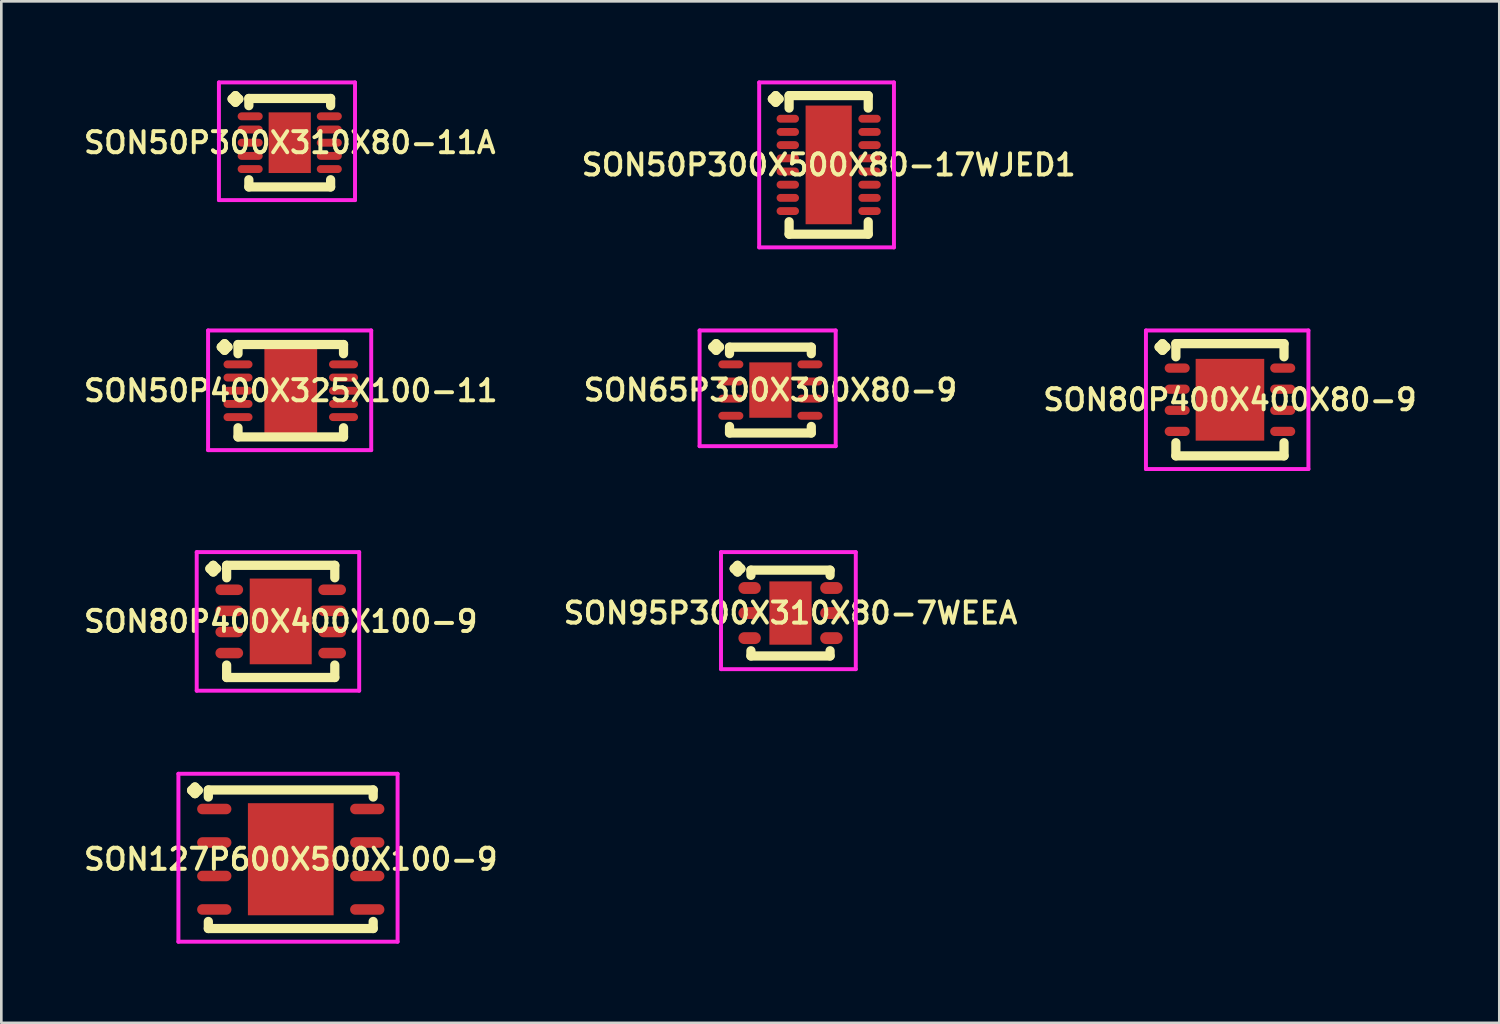
<source format=kicad_pcb>
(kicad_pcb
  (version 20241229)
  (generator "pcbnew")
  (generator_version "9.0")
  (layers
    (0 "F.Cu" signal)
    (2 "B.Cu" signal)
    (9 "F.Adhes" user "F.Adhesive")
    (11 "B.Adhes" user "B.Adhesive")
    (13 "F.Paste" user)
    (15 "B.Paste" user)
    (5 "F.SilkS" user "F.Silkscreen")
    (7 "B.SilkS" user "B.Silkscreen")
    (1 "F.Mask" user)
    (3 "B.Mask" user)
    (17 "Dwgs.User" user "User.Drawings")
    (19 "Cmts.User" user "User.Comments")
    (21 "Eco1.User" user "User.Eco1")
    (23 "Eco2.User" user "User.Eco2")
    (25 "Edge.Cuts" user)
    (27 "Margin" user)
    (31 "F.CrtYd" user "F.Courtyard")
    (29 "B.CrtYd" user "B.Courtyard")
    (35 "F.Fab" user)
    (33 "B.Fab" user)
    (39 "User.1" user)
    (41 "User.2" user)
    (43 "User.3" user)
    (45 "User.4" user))
  (footprint "SON127P600X500X100-9"
    (layer "F.Cu")
    (at 7.974 29.527)
    (property "Reference" "SON127P600X500X100-9" (at 0 0 0) (layer "F.SilkS") (effects (font (size 0.8 0.8) (thickness 0.15))))
    (attr smd)
    (fp_line (start -3.76 -2.613) (end -3.633 -2.74) (stroke (width 0.35) (type solid)) (layer "F.SilkS"))
    (fp_line (start -3.633 -2.74) (end -3.506 -2.613) (stroke (width 0.35) (type solid)) (layer "F.SilkS"))
    (fp_line (start -3.633 -2.486) (end -3.76 -2.613) (stroke (width 0.35) (type solid)) (layer "F.SilkS"))
    (fp_line (start -3.506 -2.613) (end -3.633 -2.486) (stroke (width 0.35) (type solid)) (layer "F.SilkS"))
    (fp_line (start -3.125 -2.627) (end 3.125 -2.627) (stroke (width 0.35) (type solid)) (layer "F.SilkS"))
    (fp_line (start -3.125 -2.359) (end -3.125 -2.627) (stroke (width 0.35) (type solid)) (layer "F.SilkS"))
    (fp_line (start -3.125 2.359) (end -3.125 2.627) (stroke (width 0.35) (type solid)) (layer "F.SilkS"))
    (fp_line (start -3.125 2.627) (end 3.125 2.627) (stroke (width 0.35) (type solid)) (layer "F.SilkS"))
    (fp_line (start 3.125 -2.627) (end 3.125 -2.359) (stroke (width 0.35) (type solid)) (layer "F.SilkS"))
    (fp_line (start 3.125 2.627) (end 3.125 2.359) (stroke (width 0.35) (type solid)) (layer "F.SilkS"))
    (fp_line (start -4.26 -3.24) (end 4.05 -3.24) (stroke (width 0.15) (type solid)) (layer "F.CrtYd"))
    (fp_line (start -4.26 3.127) (end -4.26 -3.24) (stroke (width 0.15) (type solid)) (layer "F.CrtYd"))
    (fp_line (start 4.05 -3.24) (end 4.05 3.127) (stroke (width 0.15) (type solid)) (layer "F.CrtYd"))
    (fp_line (start 4.05 3.127) (end -4.26 3.127) (stroke (width 0.15) (type solid)) (layer "F.CrtYd"))
    (pad "1" smd oval (at -2.9 -1.905) (size 1.3 0.4) (layers "F.Cu" "F.Mask" "F.Paste"))
    (pad "2" smd oval (at -2.9 -0.635) (size 1.3 0.4) (layers "F.Cu" "F.Mask" "F.Paste"))
    (pad "3" smd oval (at -2.9 0.635) (size 1.3 0.4) (layers "F.Cu" "F.Mask" "F.Paste"))
    (pad "4" smd oval (at -2.9 1.905) (size 1.3 0.4) (layers "F.Cu" "F.Mask" "F.Paste"))
    (pad "5" smd oval (at 2.9 1.905) (size 1.3 0.4) (layers "F.Cu" "F.Mask" "F.Paste"))
    (pad "6" smd oval (at 2.9 0.635) (size 1.3 0.4) (layers "F.Cu" "F.Mask" "F.Paste"))
    (pad "7" smd oval (at 2.9 -0.635) (size 1.3 0.4) (layers "F.Cu" "F.Mask" "F.Paste"))
    (pad "8" smd oval (at 2.9 -1.905) (size 1.3 0.4) (layers "F.Cu" "F.Mask" "F.Paste"))
    (pad "9" smd rect (at 0 0) (size 3.25 4.25) (layers "F.Cu" "F.Mask" "F.Paste")))
  (footprint "SON95P300X310X80-7WEEA"
    (layer "F.Cu")
    (at 26.921 20.193)
    (property "Reference" "SON95P300X310X80-7WEEA" (at 0 0 0) (layer "F.SilkS") (effects (font (size 0.8 0.8) (thickness 0.15))))
    (attr smd)
    (fp_line (start -2.135 -1.683) (end -2.008 -1.81) (stroke (width 0.35) (type solid)) (layer "F.SilkS"))
    (fp_line (start -2.008 -1.81) (end -1.881 -1.683) (stroke (width 0.35) (type solid)) (layer "F.SilkS"))
    (fp_line (start -2.008 -1.556) (end -2.135 -1.683) (stroke (width 0.35) (type solid)) (layer "F.SilkS"))
    (fp_line (start -1.881 -1.683) (end -2.008 -1.556) (stroke (width 0.35) (type solid)) (layer "F.SilkS"))
    (fp_line (start -1.5 -1.627) (end 1.5 -1.627) (stroke (width 0.35) (type solid)) (layer "F.SilkS"))
    (fp_line (start -1.5 -1.429) (end -1.5 -1.627) (stroke (width 0.35) (type solid)) (layer "F.SilkS"))
    (fp_line (start -1.5 1.429) (end -1.5 1.627) (stroke (width 0.35) (type solid)) (layer "F.SilkS"))
    (fp_line (start -1.5 1.627) (end 1.5 1.627) (stroke (width 0.35) (type solid)) (layer "F.SilkS"))
    (fp_line (start 1.5 -1.627) (end 1.5 -1.429) (stroke (width 0.35) (type solid)) (layer "F.SilkS"))
    (fp_line (start 1.5 1.627) (end 1.5 1.429) (stroke (width 0.35) (type solid)) (layer "F.SilkS"))
    (fp_line (start -2.635 -2.31) (end 2.475 -2.31) (stroke (width 0.15) (type solid)) (layer "F.CrtYd"))
    (fp_line (start -2.635 2.127) (end -2.635 -2.31) (stroke (width 0.15) (type solid)) (layer "F.CrtYd"))
    (fp_line (start 2.475 -2.31) (end 2.475 2.127) (stroke (width 0.15) (type solid)) (layer "F.CrtYd"))
    (fp_line (start 2.475 2.127) (end -2.635 2.127) (stroke (width 0.15) (type solid)) (layer "F.CrtYd"))
    (pad "1" smd oval (at -1.55 -0.95) (size 0.85 0.45) (layers "F.Cu" "F.Mask" "F.Paste"))
    (pad "2" smd oval (at -1.55 0) (size 0.85 0.45) (layers "F.Cu" "F.Mask" "F.Paste"))
    (pad "3" smd oval (at -1.55 0.95) (size 0.85 0.45) (layers "F.Cu" "F.Mask" "F.Paste"))
    (pad "4" smd oval (at 1.55 0.95) (size 0.85 0.45) (layers "F.Cu" "F.Mask" "F.Paste"))
    (pad "5" smd oval (at 1.55 0) (size 0.85 0.45) (layers "F.Cu" "F.Mask" "F.Paste"))
    (pad "6" smd oval (at 1.55 -0.95) (size 0.85 0.45) (layers "F.Cu" "F.Mask" "F.Paste"))
    (pad "7" smd rect (at 0 0) (size 1.6 2.4) (layers "F.Cu" "F.Mask" "F.Paste")))
  (footprint "SON80P400X400X80-9"
    (layer "F.Cu")
    (at 43.582 12.106)
    (property "Reference" "SON80P400X400X80-9" (at 0 0 0) (layer "F.SilkS") (effects (font (size 0.8 0.8) (thickness 0.15))))
    (attr smd)
    (fp_line (start -2.685 -2) (end -2.558 -2.127) (stroke (width 0.35) (type solid)) (layer "F.SilkS"))
    (fp_line (start -2.558 -2.127) (end -2.431 -2) (stroke (width 0.35) (type solid)) (layer "F.SilkS"))
    (fp_line (start -2.558 -1.873) (end -2.685 -2) (stroke (width 0.35) (type solid)) (layer "F.SilkS"))
    (fp_line (start -2.431 -2) (end -2.558 -1.873) (stroke (width 0.35) (type solid)) (layer "F.SilkS"))
    (fp_line (start -2.05 -2.127) (end 2.05 -2.127) (stroke (width 0.35) (type solid)) (layer "F.SilkS"))
    (fp_line (start -2.05 -1.629) (end -2.05 -2.127) (stroke (width 0.35) (type solid)) (layer "F.SilkS"))
    (fp_line (start -2.05 1.629) (end -2.05 2.127) (stroke (width 0.35) (type solid)) (layer "F.SilkS"))
    (fp_line (start -2.05 2.127) (end 2.05 2.127) (stroke (width 0.35) (type solid)) (layer "F.SilkS"))
    (fp_line (start 2.05 -2.127) (end 2.05 -1.629) (stroke (width 0.35) (type solid)) (layer "F.SilkS"))
    (fp_line (start 2.05 2.127) (end 2.05 1.629) (stroke (width 0.35) (type solid)) (layer "F.SilkS"))
    (fp_line (start -3.185 -2.627) (end 2.975 -2.627) (stroke (width 0.15) (type solid)) (layer "F.CrtYd"))
    (fp_line (start -3.185 2.627) (end -3.185 -2.627) (stroke (width 0.15) (type solid)) (layer "F.CrtYd"))
    (fp_line (start 2.975 -2.627) (end 2.975 2.627) (stroke (width 0.15) (type solid)) (layer "F.CrtYd"))
    (fp_line (start 2.975 2.627) (end -3.185 2.627) (stroke (width 0.15) (type solid)) (layer "F.CrtYd"))
    (pad "1" smd oval (at -2 -1.2) (size 0.95 0.35) (layers "F.Cu" "F.Mask" "F.Paste"))
    (pad "2" smd oval (at -2 -0.4) (size 0.95 0.35) (layers "F.Cu" "F.Mask" "F.Paste"))
    (pad "3" smd oval (at -2 0.4) (size 0.95 0.35) (layers "F.Cu" "F.Mask" "F.Paste"))
    (pad "4" smd oval (at -2 1.2) (size 0.95 0.35) (layers "F.Cu" "F.Mask" "F.Paste"))
    (pad "5" smd oval (at 2 1.2) (size 0.95 0.35) (layers "F.Cu" "F.Mask" "F.Paste"))
    (pad "6" smd oval (at 2 0.4) (size 0.95 0.35) (layers "F.Cu" "F.Mask" "F.Paste"))
    (pad "7" smd oval (at 2 -0.4) (size 0.95 0.35) (layers "F.Cu" "F.Mask" "F.Paste"))
    (pad "8" smd oval (at 2 -1.2) (size 0.95 0.35) (layers "F.Cu" "F.Mask" "F.Paste"))
    (pad "9" smd rect (at 0 0) (size 2.6 3.1) (layers "F.Cu" "F.Mask" "F.Paste")))
  (footprint "SON50P300X310X80-11A"
    (layer "F.Cu")
    (at 7.935 2.36)
    (property "Reference" "SON50P300X310X80-11A" (at 0 0 0) (layer "F.SilkS") (effects (font (size 0.8 0.8) (thickness 0.15))))
    (attr smd)
    (fp_line (start -2.185 -1.658) (end -2.058 -1.785) (stroke (width 0.35) (type solid)) (layer "F.SilkS"))
    (fp_line (start -2.058 -1.785) (end -1.931 -1.658) (stroke (width 0.35) (type solid)) (layer "F.SilkS"))
    (fp_line (start -2.058 -1.531) (end -2.185 -1.658) (stroke (width 0.35) (type solid)) (layer "F.SilkS"))
    (fp_line (start -1.931 -1.658) (end -2.058 -1.531) (stroke (width 0.35) (type solid)) (layer "F.SilkS"))
    (fp_line (start -1.55 -1.677) (end 1.55 -1.677) (stroke (width 0.35) (type solid)) (layer "F.SilkS"))
    (fp_line (start -1.55 -1.404) (end -1.55 -1.677) (stroke (width 0.35) (type solid)) (layer "F.SilkS"))
    (fp_line (start -1.55 1.404) (end -1.55 1.677) (stroke (width 0.35) (type solid)) (layer "F.SilkS"))
    (fp_line (start -1.55 1.677) (end 1.55 1.677) (stroke (width 0.35) (type solid)) (layer "F.SilkS"))
    (fp_line (start 1.55 -1.677) (end 1.55 -1.404) (stroke (width 0.35) (type solid)) (layer "F.SilkS"))
    (fp_line (start 1.55 1.677) (end 1.55 1.404) (stroke (width 0.35) (type solid)) (layer "F.SilkS"))
    (fp_line (start -2.685 -2.285) (end 2.475 -2.285) (stroke (width 0.15) (type solid)) (layer "F.CrtYd"))
    (fp_line (start -2.685 2.177) (end -2.685 -2.285) (stroke (width 0.15) (type solid)) (layer "F.CrtYd"))
    (fp_line (start 2.475 -2.285) (end 2.475 2.177) (stroke (width 0.15) (type solid)) (layer "F.CrtYd"))
    (fp_line (start 2.475 2.177) (end -2.685 2.177) (stroke (width 0.15) (type solid)) (layer "F.CrtYd"))
    (pad "1" smd oval (at -1.5 -1) (size 0.95 0.3) (layers "F.Cu" "F.Mask" "F.Paste"))
    (pad "2" smd oval (at -1.5 -0.5) (size 0.95 0.3) (layers "F.Cu" "F.Mask" "F.Paste"))
    (pad "3" smd oval (at -1.5 0) (size 0.95 0.3) (layers "F.Cu" "F.Mask" "F.Paste"))
    (pad "4" smd oval (at -1.5 0.5) (size 0.95 0.3) (layers "F.Cu" "F.Mask" "F.Paste"))
    (pad "5" smd oval (at -1.5 1) (size 0.95 0.3) (layers "F.Cu" "F.Mask" "F.Paste"))
    (pad "6" smd oval (at 1.5 1) (size 0.95 0.3) (layers "F.Cu" "F.Mask" "F.Paste"))
    (pad "7" smd oval (at 1.5 0.5) (size 0.95 0.3) (layers "F.Cu" "F.Mask" "F.Paste"))
    (pad "8" smd oval (at 1.5 0) (size 0.95 0.3) (layers "F.Cu" "F.Mask" "F.Paste"))
    (pad "9" smd oval (at 1.5 -0.5) (size 0.95 0.3) (layers "F.Cu" "F.Mask" "F.Paste"))
    (pad "10" smd oval (at 1.5 -1) (size 0.95 0.3) (layers "F.Cu" "F.Mask" "F.Paste"))
    (pad "11" smd rect (at 0 0) (size 1.6 2.3) (layers "F.Cu" "F.Mask" "F.Paste")))
  (footprint "SON65P300X300X80-9"
    (layer "F.Cu")
    (at 26.159 11.739)
    (property "Reference" "SON65P300X300X80-9" (at 0 0 0) (layer "F.SilkS") (effects (font (size 0.8 0.8) (thickness 0.15))))
    (attr smd)
    (fp_line (start -2.185 -1.633) (end -2.058 -1.76) (stroke (width 0.35) (type solid)) (layer "F.SilkS"))
    (fp_line (start -2.058 -1.76) (end -1.931 -1.633) (stroke (width 0.35) (type solid)) (layer "F.SilkS"))
    (fp_line (start -2.058 -1.506) (end -2.185 -1.633) (stroke (width 0.35) (type solid)) (layer "F.SilkS"))
    (fp_line (start -1.931 -1.633) (end -2.058 -1.506) (stroke (width 0.35) (type solid)) (layer "F.SilkS"))
    (fp_line (start -1.55 -1.627) (end 1.55 -1.627) (stroke (width 0.35) (type solid)) (layer "F.SilkS"))
    (fp_line (start -1.55 -1.379) (end -1.55 -1.627) (stroke (width 0.35) (type solid)) (layer "F.SilkS"))
    (fp_line (start -1.55 1.379) (end -1.55 1.627) (stroke (width 0.35) (type solid)) (layer "F.SilkS"))
    (fp_line (start -1.55 1.627) (end 1.55 1.627) (stroke (width 0.35) (type solid)) (layer "F.SilkS"))
    (fp_line (start 1.55 -1.627) (end 1.55 -1.379) (stroke (width 0.35) (type solid)) (layer "F.SilkS"))
    (fp_line (start 1.55 1.627) (end 1.55 1.379) (stroke (width 0.35) (type solid)) (layer "F.SilkS"))
    (fp_line (start -2.685 -2.26) (end 2.475 -2.26) (stroke (width 0.15) (type solid)) (layer "F.CrtYd"))
    (fp_line (start -2.685 2.127) (end -2.685 -2.26) (stroke (width 0.15) (type solid)) (layer "F.CrtYd"))
    (fp_line (start 2.475 -2.26) (end 2.475 2.127) (stroke (width 0.15) (type solid)) (layer "F.CrtYd"))
    (fp_line (start 2.475 2.127) (end -2.685 2.127) (stroke (width 0.15) (type solid)) (layer "F.CrtYd"))
    (pad "1" smd oval (at -1.5 -0.975) (size 0.95 0.3) (layers "F.Cu" "F.Mask" "F.Paste"))
    (pad "2" smd oval (at -1.5 -0.325) (size 0.95 0.3) (layers "F.Cu" "F.Mask" "F.Paste"))
    (pad "3" smd oval (at -1.5 0.325) (size 0.95 0.3) (layers "F.Cu" "F.Mask" "F.Paste"))
    (pad "4" smd oval (at -1.5 0.975) (size 0.95 0.3) (layers "F.Cu" "F.Mask" "F.Paste"))
    (pad "5" smd oval (at 1.5 0.975) (size 0.95 0.3) (layers "F.Cu" "F.Mask" "F.Paste"))
    (pad "6" smd oval (at 1.5 0.325) (size 0.95 0.3) (layers "F.Cu" "F.Mask" "F.Paste"))
    (pad "7" smd oval (at 1.5 -0.325) (size 0.95 0.3) (layers "F.Cu" "F.Mask" "F.Paste"))
    (pad "8" smd oval (at 1.5 -0.975) (size 0.95 0.3) (layers "F.Cu" "F.Mask" "F.Paste"))
    (pad "9" smd rect (at 0 0) (size 1.6 2.1) (layers "F.Cu" "F.Mask" "F.Paste")))
  (footprint "SON50P400X325X100-11"
    (layer "F.Cu")
    (at 7.974 11.764)
    (property "Reference" "SON50P400X325X100-11" (at 0 0 0) (layer "F.SilkS") (effects (font (size 0.8 0.8) (thickness 0.15))))
    (attr smd)
    (fp_line (start -2.635 -1.658) (end -2.508 -1.785) (stroke (width 0.35) (type solid)) (layer "F.SilkS"))
    (fp_line (start -2.508 -1.785) (end -2.381 -1.658) (stroke (width 0.35) (type solid)) (layer "F.SilkS"))
    (fp_line (start -2.508 -1.531) (end -2.635 -1.658) (stroke (width 0.35) (type solid)) (layer "F.SilkS"))
    (fp_line (start -2.381 -1.658) (end -2.508 -1.531) (stroke (width 0.35) (type solid)) (layer "F.SilkS"))
    (fp_line (start -2 -1.752) (end 2 -1.752) (stroke (width 0.35) (type solid)) (layer "F.SilkS"))
    (fp_line (start -2 -1.404) (end -2 -1.752) (stroke (width 0.35) (type solid)) (layer "F.SilkS"))
    (fp_line (start -2 1.404) (end -2 1.752) (stroke (width 0.35) (type solid)) (layer "F.SilkS"))
    (fp_line (start -2 1.752) (end 2 1.752) (stroke (width 0.35) (type solid)) (layer "F.SilkS"))
    (fp_line (start 2 -1.752) (end 2 -1.404) (stroke (width 0.35) (type solid)) (layer "F.SilkS"))
    (fp_line (start 2 1.752) (end 2 1.404) (stroke (width 0.35) (type solid)) (layer "F.SilkS"))
    (fp_line (start -3.135 -2.285) (end 3.05 -2.285) (stroke (width 0.15) (type solid)) (layer "F.CrtYd"))
    (fp_line (start -3.135 2.252) (end -3.135 -2.285) (stroke (width 0.15) (type solid)) (layer "F.CrtYd"))
    (fp_line (start 3.05 -2.285) (end 3.05 2.252) (stroke (width 0.15) (type solid)) (layer "F.CrtYd"))
    (fp_line (start 3.05 2.252) (end -3.135 2.252) (stroke (width 0.15) (type solid)) (layer "F.CrtYd"))
    (pad "1" smd oval (at -2 -1) (size 1.1 0.3) (layers "F.Cu" "F.Mask" "F.Paste"))
    (pad "2" smd oval (at -2 -0.5) (size 1.1 0.3) (layers "F.Cu" "F.Mask" "F.Paste"))
    (pad "3" smd oval (at -2 0) (size 1.1 0.3) (layers "F.Cu" "F.Mask" "F.Paste"))
    (pad "4" smd oval (at -2 0.5) (size 1.1 0.3) (layers "F.Cu" "F.Mask" "F.Paste"))
    (pad "5" smd oval (at -2 1) (size 1.1 0.3) (layers "F.Cu" "F.Mask" "F.Paste"))
    (pad "6" smd oval (at 2 1) (size 1.1 0.3) (layers "F.Cu" "F.Mask" "F.Paste"))
    (pad "7" smd oval (at 2 0.5) (size 1.1 0.3) (layers "F.Cu" "F.Mask" "F.Paste"))
    (pad "8" smd oval (at 2 0) (size 1.1 0.3) (layers "F.Cu" "F.Mask" "F.Paste"))
    (pad "9" smd oval (at 2 -0.5) (size 1.1 0.3) (layers "F.Cu" "F.Mask" "F.Paste"))
    (pad "10" smd oval (at 2 -1) (size 1.1 0.3) (layers "F.Cu" "F.Mask" "F.Paste"))
    (pad "11" smd rect (at 0 0) (size 2 3.25) (layers "F.Cu" "F.Mask" "F.Paste")))
  (footprint "SON80P400X400X100-9"
    (layer "F.Cu")
    (at 7.593 20.51)
    (property "Reference" "SON80P400X400X100-9" (at 0 0 0) (layer "F.SilkS") (effects (font (size 0.8 0.8) (thickness 0.15))))
    (attr smd)
    (fp_line (start -2.685 -2) (end -2.558 -2.127) (stroke (width 0.35) (type solid)) (layer "F.SilkS"))
    (fp_line (start -2.558 -2.127) (end -2.431 -2) (stroke (width 0.35) (type solid)) (layer "F.SilkS"))
    (fp_line (start -2.558 -1.873) (end -2.685 -2) (stroke (width 0.35) (type solid)) (layer "F.SilkS"))
    (fp_line (start -2.431 -2) (end -2.558 -1.873) (stroke (width 0.35) (type solid)) (layer "F.SilkS"))
    (fp_line (start -2.05 -2.127) (end 2.05 -2.127) (stroke (width 0.35) (type solid)) (layer "F.SilkS"))
    (fp_line (start -2.05 -1.654) (end -2.05 -2.127) (stroke (width 0.35) (type solid)) (layer "F.SilkS"))
    (fp_line (start -2.05 1.654) (end -2.05 2.127) (stroke (width 0.35) (type solid)) (layer "F.SilkS"))
    (fp_line (start -2.05 2.127) (end 2.05 2.127) (stroke (width 0.35) (type solid)) (layer "F.SilkS"))
    (fp_line (start 2.05 -2.127) (end 2.05 -1.654) (stroke (width 0.35) (type solid)) (layer "F.SilkS"))
    (fp_line (start 2.05 2.127) (end 2.05 1.654) (stroke (width 0.35) (type solid)) (layer "F.SilkS"))
    (fp_line (start -3.185 -2.627) (end 2.975 -2.627) (stroke (width 0.15) (type solid)) (layer "F.CrtYd"))
    (fp_line (start -3.185 2.627) (end -3.185 -2.627) (stroke (width 0.15) (type solid)) (layer "F.CrtYd"))
    (fp_line (start 2.975 -2.627) (end 2.975 2.627) (stroke (width 0.15) (type solid)) (layer "F.CrtYd"))
    (fp_line (start 2.975 2.627) (end -3.185 2.627) (stroke (width 0.15) (type solid)) (layer "F.CrtYd"))
    (pad "1" smd oval (at -1.95 -1.2) (size 1.05 0.4) (layers "F.Cu" "F.Mask" "F.Paste"))
    (pad "2" smd oval (at -1.95 -0.4) (size 1.05 0.4) (layers "F.Cu" "F.Mask" "F.Paste"))
    (pad "3" smd oval (at -1.95 0.4) (size 1.05 0.4) (layers "F.Cu" "F.Mask" "F.Paste"))
    (pad "4" smd oval (at -1.95 1.2) (size 1.05 0.4) (layers "F.Cu" "F.Mask" "F.Paste"))
    (pad "5" smd oval (at 1.95 1.2) (size 1.05 0.4) (layers "F.Cu" "F.Mask" "F.Paste"))
    (pad "6" smd oval (at 1.95 0.4) (size 1.05 0.4) (layers "F.Cu" "F.Mask" "F.Paste"))
    (pad "7" smd oval (at 1.95 -0.4) (size 1.05 0.4) (layers "F.Cu" "F.Mask" "F.Paste"))
    (pad "8" smd oval (at 1.95 -1.2) (size 1.05 0.4) (layers "F.Cu" "F.Mask" "F.Paste"))
    (pad "9" smd rect (at 0 0) (size 2.35 3.25) (layers "F.Cu" "F.Mask" "F.Paste")))
  (footprint "SON50P300X500X80-17WJED1"
    (layer "F.Cu")
    (at 28.368 3.202)
    (property "Reference" "SON50P300X500X80-17WJED1" (at 0 0 0) (layer "F.SilkS") (effects (font (size 0.8 0.8) (thickness 0.15))))
    (attr smd)
    (fp_line (start -2.135 -2.5) (end -2.008 -2.627) (stroke (width 0.35) (type solid)) (layer "F.SilkS"))
    (fp_line (start -2.008 -2.627) (end -1.881 -2.5) (stroke (width 0.35) (type solid)) (layer "F.SilkS"))
    (fp_line (start -2.008 -2.373) (end -2.135 -2.5) (stroke (width 0.35) (type solid)) (layer "F.SilkS"))
    (fp_line (start -1.881 -2.5) (end -2.008 -2.373) (stroke (width 0.35) (type solid)) (layer "F.SilkS"))
    (fp_line (start -1.5 -2.627) (end 1.5 -2.627) (stroke (width 0.35) (type solid)) (layer "F.SilkS"))
    (fp_line (start -1.5 -2.154) (end -1.5 -2.627) (stroke (width 0.35) (type solid)) (layer "F.SilkS"))
    (fp_line (start -1.5 2.154) (end -1.5 2.627) (stroke (width 0.35) (type solid)) (layer "F.SilkS"))
    (fp_line (start -1.5 2.627) (end 1.5 2.627) (stroke (width 0.35) (type solid)) (layer "F.SilkS"))
    (fp_line (start 1.5 -2.627) (end 1.5 -2.154) (stroke (width 0.35) (type solid)) (layer "F.SilkS"))
    (fp_line (start 1.5 2.627) (end 1.5 2.154) (stroke (width 0.35) (type solid)) (layer "F.SilkS"))
    (fp_line (start -2.635 -3.127) (end 2.475 -3.127) (stroke (width 0.15) (type solid)) (layer "F.CrtYd"))
    (fp_line (start -2.635 3.127) (end -2.635 -3.127) (stroke (width 0.15) (type solid)) (layer "F.CrtYd"))
    (fp_line (start 2.475 -3.127) (end 2.475 3.127) (stroke (width 0.15) (type solid)) (layer "F.CrtYd"))
    (fp_line (start 2.475 3.127) (end -2.635 3.127) (stroke (width 0.15) (type solid)) (layer "F.CrtYd"))
    (pad "1" smd oval (at -1.55 -1.75) (size 0.85 0.3) (layers "F.Cu" "F.Mask" "F.Paste"))
    (pad "2" smd oval (at -1.55 -1.25) (size 0.85 0.3) (layers "F.Cu" "F.Mask" "F.Paste"))
    (pad "3" smd oval (at -1.55 -0.75) (size 0.85 0.3) (layers "F.Cu" "F.Mask" "F.Paste"))
    (pad "4" smd oval (at -1.55 -0.25) (size 0.85 0.3) (layers "F.Cu" "F.Mask" "F.Paste"))
    (pad "5" smd oval (at -1.55 0.25) (size 0.85 0.3) (layers "F.Cu" "F.Mask" "F.Paste"))
    (pad "6" smd oval (at -1.55 0.75) (size 0.85 0.3) (layers "F.Cu" "F.Mask" "F.Paste"))
    (pad "7" smd oval (at -1.55 1.25) (size 0.85 0.3) (layers "F.Cu" "F.Mask" "F.Paste"))
    (pad "8" smd oval (at -1.55 1.75) (size 0.85 0.3) (layers "F.Cu" "F.Mask" "F.Paste"))
    (pad "9" smd oval (at 1.55 1.75) (size 0.85 0.3) (layers "F.Cu" "F.Mask" "F.Paste"))
    (pad "10" smd oval (at 1.55 1.25) (size 0.85 0.3) (layers "F.Cu" "F.Mask" "F.Paste"))
    (pad "11" smd oval (at 1.55 0.75) (size 0.85 0.3) (layers "F.Cu" "F.Mask" "F.Paste"))
    (pad "12" smd oval (at 1.55 0.25) (size 0.85 0.3) (layers "F.Cu" "F.Mask" "F.Paste"))
    (pad "13" smd oval (at 1.55 -0.25) (size 0.85 0.3) (layers "F.Cu" "F.Mask" "F.Paste"))
    (pad "14" smd oval (at 1.55 -0.75) (size 0.85 0.3) (layers "F.Cu" "F.Mask" "F.Paste"))
    (pad "15" smd oval (at 1.55 -1.25) (size 0.85 0.3) (layers "F.Cu" "F.Mask" "F.Paste"))
    (pad "16" smd oval (at 1.55 -1.75) (size 0.85 0.3) (layers "F.Cu" "F.Mask" "F.Paste"))
    (pad "17" smd rect (at 0 0) (size 1.75 4.5) (layers "F.Cu" "F.Mask" "F.Paste")))
  (gr_rect
    (start -3 -3)
    (end 53.794 35.729)
    (stroke (width 0.1) (type default))
    (fill no)
    (layer "Edge.Cuts")))
</source>
